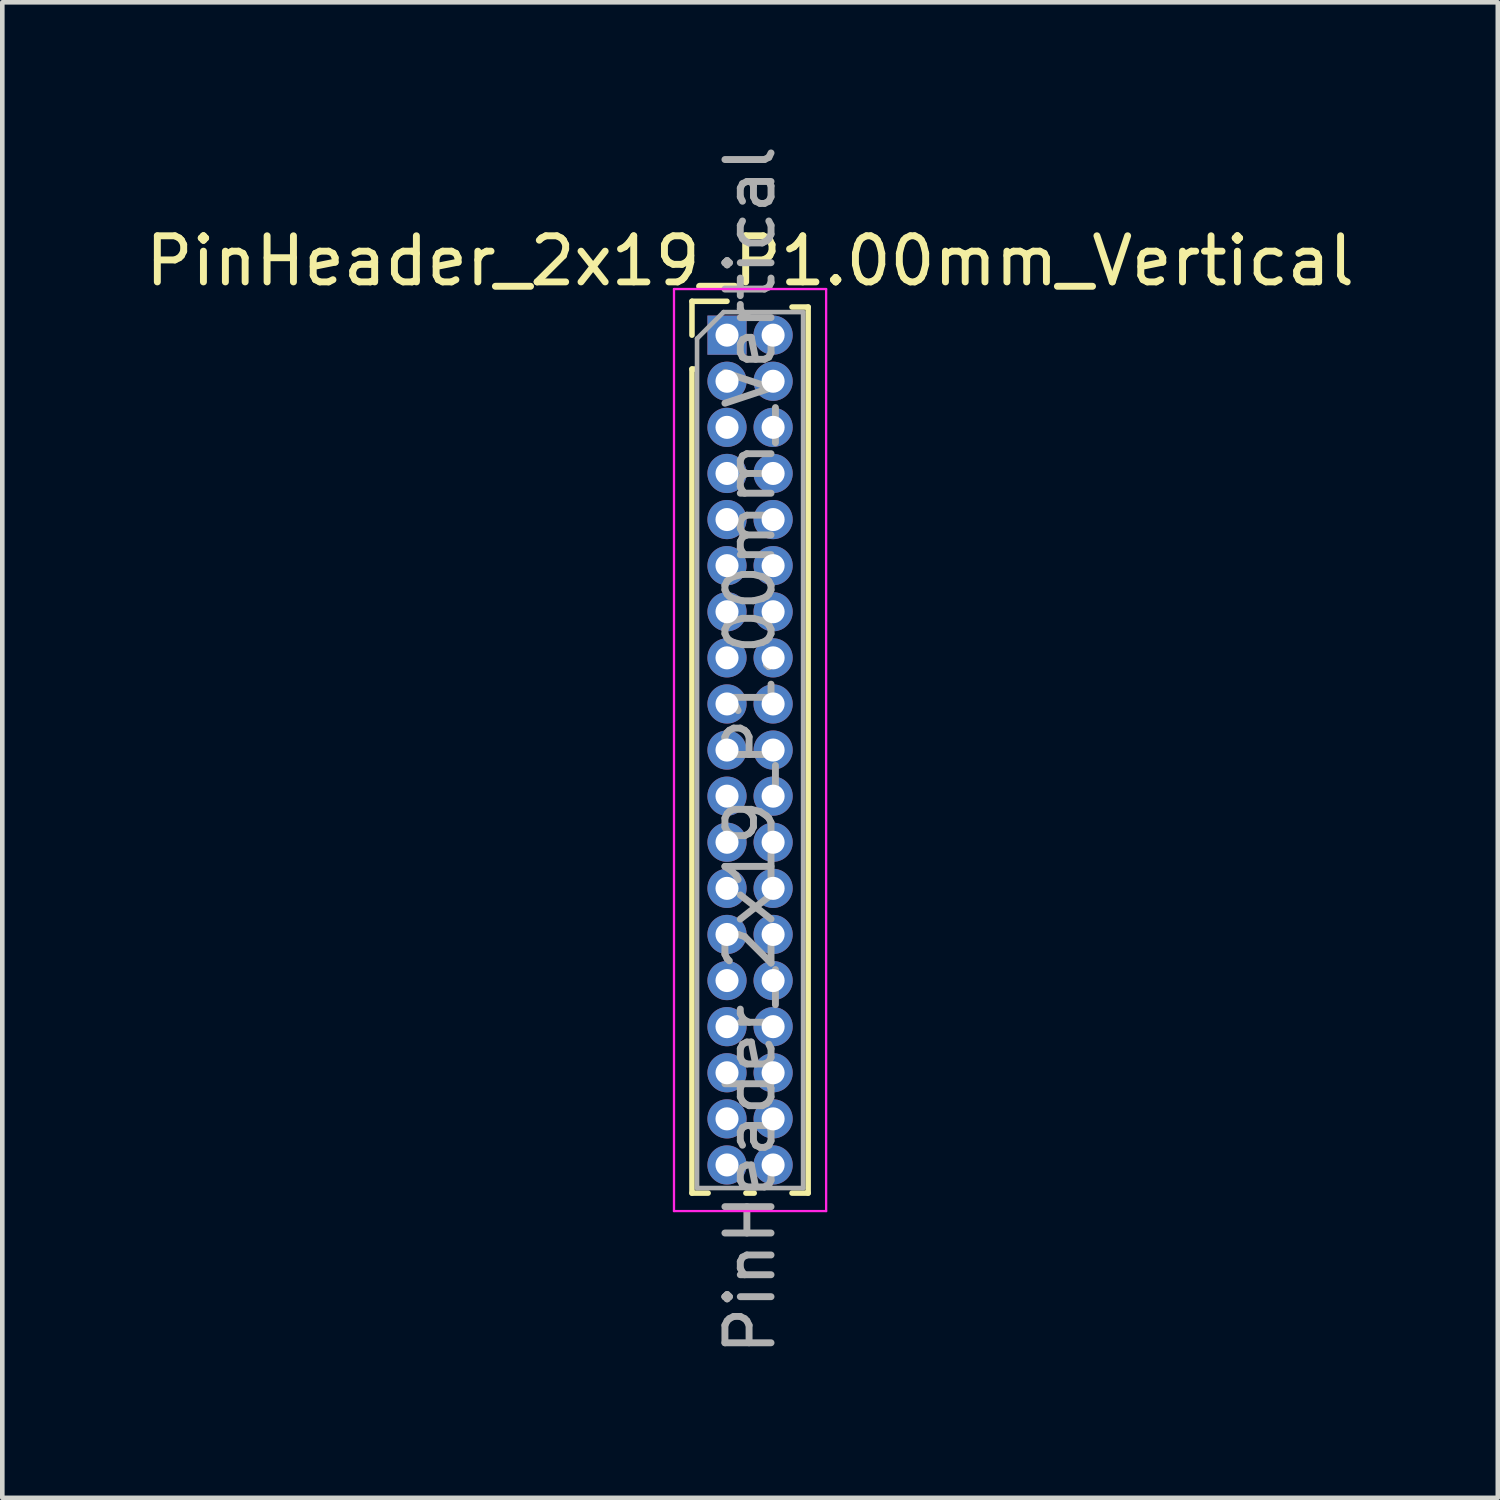
<source format=kicad_pcb>
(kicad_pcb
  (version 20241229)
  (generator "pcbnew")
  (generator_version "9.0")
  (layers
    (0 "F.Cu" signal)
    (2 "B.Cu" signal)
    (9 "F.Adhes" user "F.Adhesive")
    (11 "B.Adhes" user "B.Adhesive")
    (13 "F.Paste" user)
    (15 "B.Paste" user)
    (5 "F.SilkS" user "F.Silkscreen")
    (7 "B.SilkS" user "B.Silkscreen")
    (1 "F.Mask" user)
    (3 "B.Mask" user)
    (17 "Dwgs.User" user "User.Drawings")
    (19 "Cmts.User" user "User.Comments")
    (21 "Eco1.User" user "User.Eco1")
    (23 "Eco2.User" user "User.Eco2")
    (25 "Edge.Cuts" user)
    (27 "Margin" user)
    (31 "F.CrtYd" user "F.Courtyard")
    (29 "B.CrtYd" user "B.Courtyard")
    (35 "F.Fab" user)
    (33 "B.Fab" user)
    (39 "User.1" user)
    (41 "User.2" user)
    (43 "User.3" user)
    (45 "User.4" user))
  (footprint "PinHeader_2x19_P1.00mm_Vertical"
    (layer "F.Cu")
    (at 12.72 4.22)
    (property "Reference" "PinHeader_2x19_P1.00mm_Vertical" (at 0.5 -1.61 0) (layer "F.SilkS") (effects (font (size 1 1) (thickness 0.15))))
    (attr through_hole)
    (fp_line (start -0.76 -0.735) (end 0 -0.735) (stroke (width 0.12) (type solid)) (layer "F.SilkS"))
    (fp_line (start -0.76 0) (end -0.76 -0.735) (stroke (width 0.12) (type solid)) (layer "F.SilkS"))
    (fp_line (start -0.76 0.735) (end -0.76 18.61) (stroke (width 0.12) (type solid)) (layer "F.SilkS"))
    (fp_line (start -0.76 0.735) (end -0.686 0.735) (stroke (width 0.12) (type solid)) (layer "F.SilkS"))
    (fp_line (start -0.76 18.61) (end -0.41 18.61) (stroke (width 0.12) (type solid)) (layer "F.SilkS"))
    (fp_line (start 0.41 18.61) (end 0.59 18.61) (stroke (width 0.12) (type solid)) (layer "F.SilkS"))
    (fp_line (start 1.41 -0.61) (end 1.76 -0.61) (stroke (width 0.12) (type solid)) (layer "F.SilkS"))
    (fp_line (start 1.41 18.61) (end 1.76 18.61) (stroke (width 0.12) (type solid)) (layer "F.SilkS"))
    (fp_line (start 1.76 -0.61) (end 1.76 18.61) (stroke (width 0.12) (type solid)) (layer "F.SilkS"))
    (fp_line (start -1.15 -1) (end -1.15 19) (stroke (width 0.05) (type solid)) (layer "F.CrtYd"))
    (fp_line (start -1.15 19) (end 2.15 19) (stroke (width 0.05) (type solid)) (layer "F.CrtYd"))
    (fp_line (start 2.15 -1) (end -1.15 -1) (stroke (width 0.05) (type solid)) (layer "F.CrtYd"))
    (fp_line (start 2.15 19) (end 2.15 -1) (stroke (width 0.05) (type solid)) (layer "F.CrtYd"))
    (fp_line (start -0.65 0.075) (end -0.075 -0.5) (stroke (width 0.1) (type solid)) (layer "F.Fab"))
    (fp_line (start -0.65 18.5) (end -0.65 0.075) (stroke (width 0.1) (type solid)) (layer "F.Fab"))
    (fp_line (start -0.075 -0.5) (end 1.65 -0.5) (stroke (width 0.1) (type solid)) (layer "F.Fab"))
    (fp_line (start 1.65 -0.5) (end 1.65 18.5) (stroke (width 0.1) (type solid)) (layer "F.Fab"))
    (fp_line (start 1.65 18.5) (end -0.65 18.5) (stroke (width 0.1) (type solid)) (layer "F.Fab"))
    (fp_text user "${REFERENCE}" (at 0.5 9 90) (layer "F.Fab") (effects (font (size 1 1) (thickness 0.15))))
    (pad "1" thru_hole rect (at 0 0) (size 0.85 0.85) (drill 0.5) (layers "*.Cu" "*.Mask"))
    (pad "2" thru_hole circle (at 1 0) (size 0.85 0.85) (drill 0.5) (layers "*.Cu" "*.Mask"))
    (pad "3" thru_hole circle (at 0 1) (size 0.85 0.85) (drill 0.5) (layers "*.Cu" "*.Mask"))
    (pad "4" thru_hole circle (at 1 1) (size 0.85 0.85) (drill 0.5) (layers "*.Cu" "*.Mask"))
    (pad "5" thru_hole circle (at 0 2) (size 0.85 0.85) (drill 0.5) (layers "*.Cu" "*.Mask"))
    (pad "6" thru_hole circle (at 1 2) (size 0.85 0.85) (drill 0.5) (layers "*.Cu" "*.Mask"))
    (pad "7" thru_hole circle (at 0 3) (size 0.85 0.85) (drill 0.5) (layers "*.Cu" "*.Mask"))
    (pad "8" thru_hole circle (at 1 3) (size 0.85 0.85) (drill 0.5) (layers "*.Cu" "*.Mask"))
    (pad "9" thru_hole circle (at 0 4) (size 0.85 0.85) (drill 0.5) (layers "*.Cu" "*.Mask"))
    (pad "10" thru_hole circle (at 1 4) (size 0.85 0.85) (drill 0.5) (layers "*.Cu" "*.Mask"))
    (pad "11" thru_hole circle (at 0 5) (size 0.85 0.85) (drill 0.5) (layers "*.Cu" "*.Mask"))
    (pad "12" thru_hole circle (at 1 5) (size 0.85 0.85) (drill 0.5) (layers "*.Cu" "*.Mask"))
    (pad "13" thru_hole circle (at 0 6) (size 0.85 0.85) (drill 0.5) (layers "*.Cu" "*.Mask"))
    (pad "14" thru_hole circle (at 1 6) (size 0.85 0.85) (drill 0.5) (layers "*.Cu" "*.Mask"))
    (pad "15" thru_hole circle (at 0 7) (size 0.85 0.85) (drill 0.5) (layers "*.Cu" "*.Mask"))
    (pad "16" thru_hole circle (at 1 7) (size 0.85 0.85) (drill 0.5) (layers "*.Cu" "*.Mask"))
    (pad "17" thru_hole circle (at 0 8) (size 0.85 0.85) (drill 0.5) (layers "*.Cu" "*.Mask"))
    (pad "18" thru_hole circle (at 1 8) (size 0.85 0.85) (drill 0.5) (layers "*.Cu" "*.Mask"))
    (pad "19" thru_hole circle (at 0 9) (size 0.85 0.85) (drill 0.5) (layers "*.Cu" "*.Mask"))
    (pad "20" thru_hole circle (at 1 9) (size 0.85 0.85) (drill 0.5) (layers "*.Cu" "*.Mask"))
    (pad "21" thru_hole circle (at 0 10) (size 0.85 0.85) (drill 0.5) (layers "*.Cu" "*.Mask"))
    (pad "22" thru_hole circle (at 1 10) (size 0.85 0.85) (drill 0.5) (layers "*.Cu" "*.Mask"))
    (pad "23" thru_hole circle (at 0 11) (size 0.85 0.85) (drill 0.5) (layers "*.Cu" "*.Mask"))
    (pad "24" thru_hole circle (at 1 11) (size 0.85 0.85) (drill 0.5) (layers "*.Cu" "*.Mask"))
    (pad "25" thru_hole circle (at 0 12) (size 0.85 0.85) (drill 0.5) (layers "*.Cu" "*.Mask"))
    (pad "26" thru_hole circle (at 1 12) (size 0.85 0.85) (drill 0.5) (layers "*.Cu" "*.Mask"))
    (pad "27" thru_hole circle (at 0 13) (size 0.85 0.85) (drill 0.5) (layers "*.Cu" "*.Mask"))
    (pad "28" thru_hole circle (at 1 13) (size 0.85 0.85) (drill 0.5) (layers "*.Cu" "*.Mask"))
    (pad "29" thru_hole circle (at 0 14) (size 0.85 0.85) (drill 0.5) (layers "*.Cu" "*.Mask"))
    (pad "30" thru_hole circle (at 1 14) (size 0.85 0.85) (drill 0.5) (layers "*.Cu" "*.Mask"))
    (pad "31" thru_hole circle (at 0 15) (size 0.85 0.85) (drill 0.5) (layers "*.Cu" "*.Mask"))
    (pad "32" thru_hole circle (at 1 15) (size 0.85 0.85) (drill 0.5) (layers "*.Cu" "*.Mask"))
    (pad "33" thru_hole circle (at 0 16) (size 0.85 0.85) (drill 0.5) (layers "*.Cu" "*.Mask"))
    (pad "34" thru_hole circle (at 1 16) (size 0.85 0.85) (drill 0.5) (layers "*.Cu" "*.Mask"))
    (pad "35" thru_hole circle (at 0 17) (size 0.85 0.85) (drill 0.5) (layers "*.Cu" "*.Mask"))
    (pad "36" thru_hole circle (at 1 17) (size 0.85 0.85) (drill 0.5) (layers "*.Cu" "*.Mask"))
    (pad "37" thru_hole circle (at 0 18) (size 0.85 0.85) (drill 0.5) (layers "*.Cu" "*.Mask"))
    (pad "38" thru_hole circle (at 1 18) (size 0.85 0.85) (drill 0.5) (layers "*.Cu" "*.Mask")))
  (gr_rect
    (start -3 -3)
    (end 29.44 29.44)
    (stroke (width 0.1) (type default))
    (fill no)
    (layer "Edge.Cuts")))
</source>
